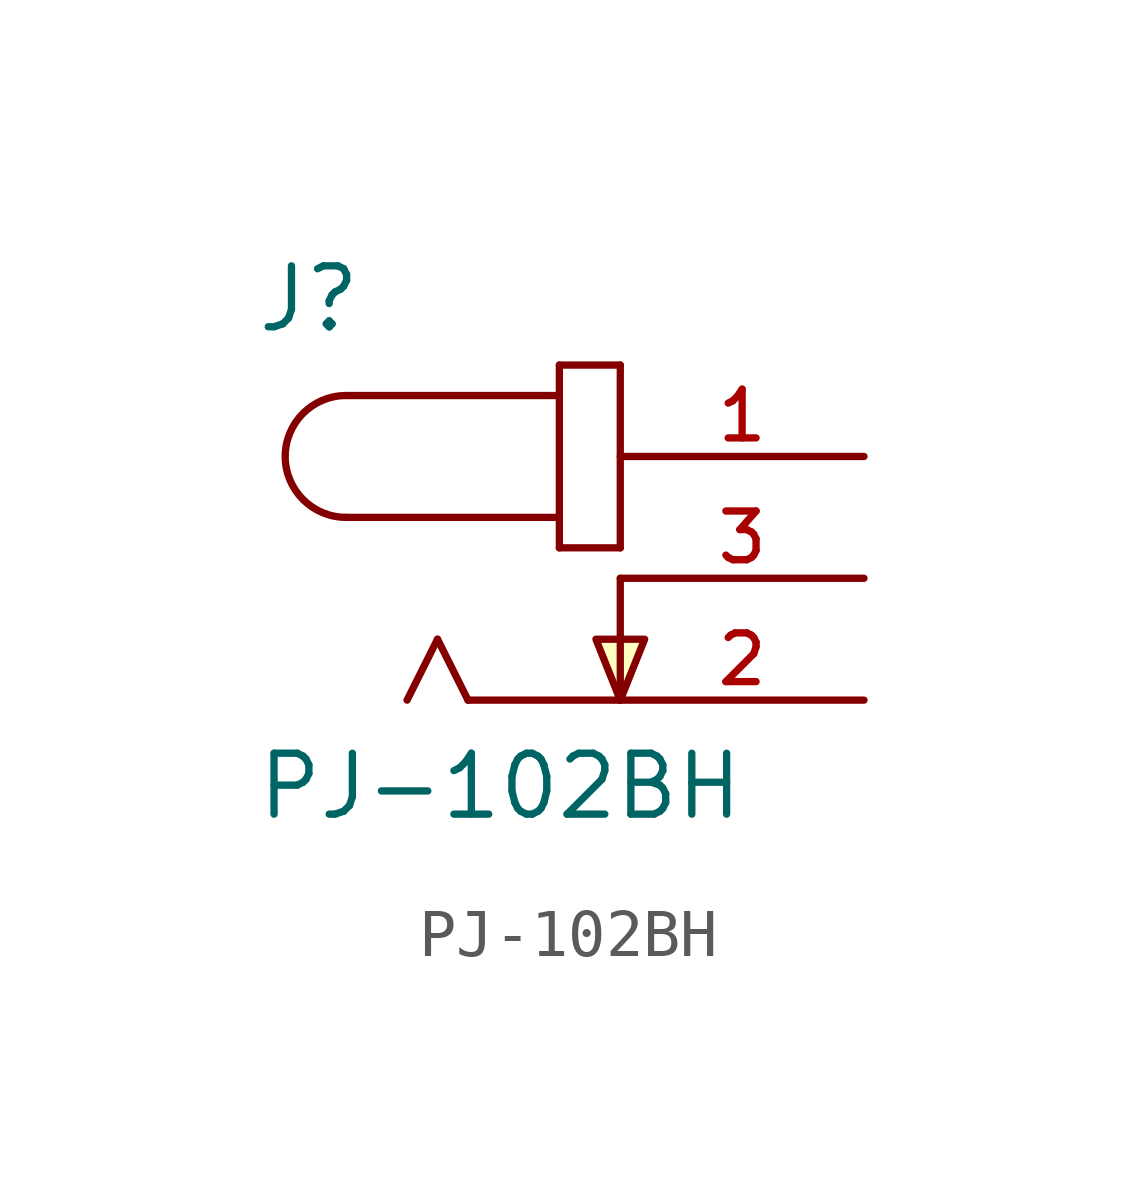
<source format=kicad_sym>
(kicad_symbol_lib
  (version 20231120)
  (generator "kicad_symbol_editor")
  (generator_version "8.0")
  (symbol "PJ-102BH"
    (pin_names
      (offset 1.016) hide)
    (property "Reference" "J"
      (at -7.62 5.08 0)
      (effects (font (size 1.27 1.27)) (justify left bottom)))
    (property "Value" "PJ-102BH"
      (at -7.62 -5.08 0)
      (effects (font (size 1.27 1.27)) (justify left bottom)))
    (property "ki_locked" ""
      (at 0 0 0)
      (effects (font (size 1.27 1.27))))
    (symbol "PJ-102BH_0_0"
      (arc (start -5.715 3.81) (mid -6.985 2.54) (end -5.715 1.27) (stroke (width 0.1524) (type solid)) (fill (type none)))
      (polyline (pts (xy -5.715 3.81) (xy -1.27 3.81)) (stroke (width 0.152) (type solid)) (fill (type none)))
      (polyline (pts (xy -3.81 -1.27) (xy -4.445 -2.54)) (stroke (width 0.152) (type solid)) (fill (type none)))
      (polyline (pts (xy -3.175 -2.54) (xy -3.81 -1.27)) (stroke (width 0.152) (type solid)) (fill (type none)))
      (polyline (pts (xy -1.27 0.635) (xy 0 0.635)) (stroke (width 0.152) (type solid)) (fill (type none)))
      (polyline (pts (xy -1.27 1.27) (xy -5.715 1.27)) (stroke (width 0.152) (type solid)) (fill (type none)))
      (polyline (pts (xy -1.27 1.27) (xy -1.27 0.635)) (stroke (width 0.152) (type solid)) (fill (type none)))
      (polyline (pts (xy -1.27 3.81) (xy -1.27 1.27)) (stroke (width 0.152) (type solid)) (fill (type none)))
      (polyline (pts (xy -1.27 4.445) (xy -1.27 3.81)) (stroke (width 0.152) (type solid)) (fill (type none)))
      (polyline (pts (xy 0 -2.54) (xy -3.175 -2.54)) (stroke (width 0.152) (type solid)) (fill (type none)))
      (polyline (pts (xy 0 0) (xy 0 -2.54)) (stroke (width 0.152) (type solid)) (fill (type none)))
      (polyline (pts (xy 0 0.635) (xy 0 4.445)) (stroke (width 0.152) (type solid)) (fill (type none)))
      (polyline (pts (xy 0 4.445) (xy -1.27 4.445)) (stroke (width 0.152) (type solid)) (fill (type none)))
      (polyline (pts (xy 0 -2.54) (xy -0.508 -1.27) (xy 0.508 -1.27) (xy 0 -2.54)) (stroke (width 0.152) (type solid)) (fill (type background)))
      (pin passive line (at 5.08 2.54 180) (length 5.08) (name "~" (effects (font (size 1.016 1.016)))) (number "1" (effects (font (size 1.016 1.016)))))
      (pin passive line (at 5.08 -2.54 180) (length 5.08) (name "~" (effects (font (size 1.016 1.016)))) (number "2" (effects (font (size 1.016 1.016)))))
      (pin passive line (at 5.08 0 180) (length 5.08) (name "~" (effects (font (size 1.016 1.016)))) (number "3" (effects (font (size 1.016 1.016))))))))
</source>
